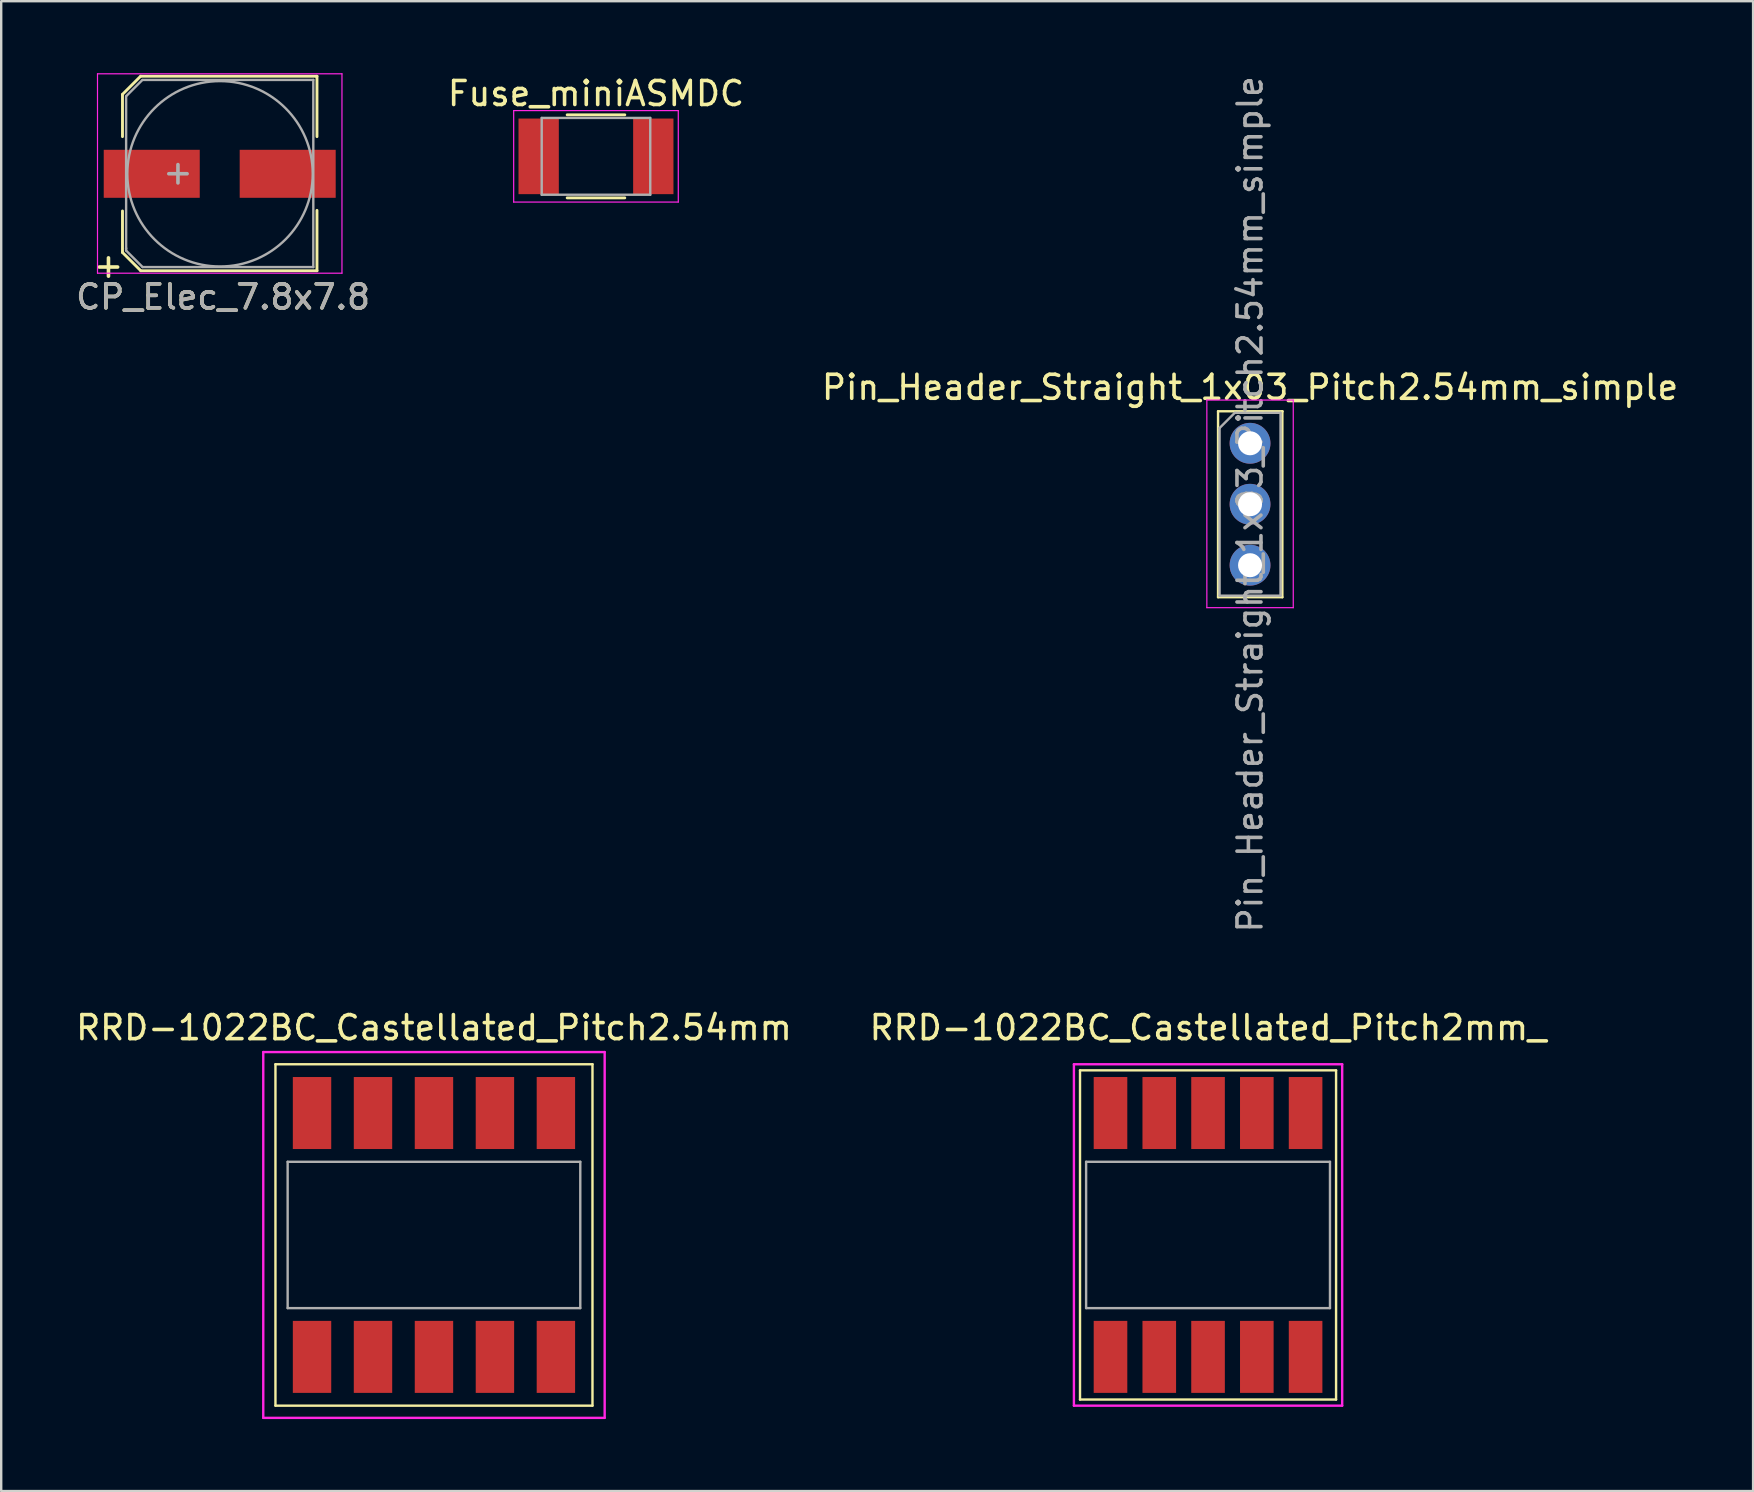
<source format=kicad_pcb>
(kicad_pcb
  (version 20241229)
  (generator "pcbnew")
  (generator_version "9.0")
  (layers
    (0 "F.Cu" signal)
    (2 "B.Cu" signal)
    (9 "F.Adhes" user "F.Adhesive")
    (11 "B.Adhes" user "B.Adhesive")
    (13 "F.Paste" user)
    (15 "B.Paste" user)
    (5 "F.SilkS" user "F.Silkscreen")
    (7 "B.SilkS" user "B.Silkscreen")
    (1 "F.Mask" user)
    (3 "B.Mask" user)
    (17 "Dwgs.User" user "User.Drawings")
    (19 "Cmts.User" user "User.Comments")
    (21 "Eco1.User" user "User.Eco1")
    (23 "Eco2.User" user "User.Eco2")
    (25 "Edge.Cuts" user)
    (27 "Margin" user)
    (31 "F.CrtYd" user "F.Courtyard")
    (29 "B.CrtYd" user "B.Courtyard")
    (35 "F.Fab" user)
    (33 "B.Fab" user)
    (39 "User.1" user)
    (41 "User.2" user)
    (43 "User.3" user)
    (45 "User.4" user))
  (footprint "RRD-1022BC_Castellated_Pitch2.54mm"
    (layer "F.Cu")
    (at 15.03 48.401)
    (property "Reference" "RRD-1022BC_Castellated_Pitch2.54mm" (at 0 -8.636 0) (layer "F.SilkS") (effects (font (size 1 1) (thickness 0.15))))
    (attr through_hole)
    (fp_line (start -6.604 -7.112) (end 6.604 -7.112) (stroke (width 0.1) (type solid)) (layer "F.SilkS"))
    (fp_line (start -6.604 7.112) (end -6.604 -7.112) (stroke (width 0.1) (type solid)) (layer "F.SilkS"))
    (fp_line (start 6.604 -7.112) (end 6.604 7.112) (stroke (width 0.1) (type solid)) (layer "F.SilkS"))
    (fp_line (start 6.604 7.112) (end -6.604 7.112) (stroke (width 0.1) (type solid)) (layer "F.SilkS"))
    (fp_line (start -7.112 -7.62) (end 7.112 -7.62) (stroke (width 0.1) (type solid)) (layer "F.CrtYd"))
    (fp_line (start -7.112 7.62) (end -7.112 -7.62) (stroke (width 0.1) (type solid)) (layer "F.CrtYd"))
    (fp_line (start 7.112 -7.62) (end 7.112 7.62) (stroke (width 0.1) (type solid)) (layer "F.CrtYd"))
    (fp_line (start 7.112 7.62) (end -7.112 7.62) (stroke (width 0.1) (type solid)) (layer "F.CrtYd"))
    (fp_line (start -6.096 -3.048) (end 6.096 -3.048) (stroke (width 0.1) (type solid)) (layer "F.Fab"))
    (fp_line (start -6.096 3.048) (end -6.096 -3.048) (stroke (width 0.1) (type solid)) (layer "F.Fab"))
    (fp_line (start 6.096 -3.048) (end 6.096 3.048) (stroke (width 0.1) (type solid)) (layer "F.Fab"))
    (fp_line (start 6.096 3.048) (end -6.096 3.048) (stroke (width 0.1) (type solid)) (layer "F.Fab"))
    (pad "1" smd rect (at -5.08 -5.08) (size 1.6 3) (layers "F.Cu" "F.Mask" "F.Paste"))
    (pad "2" smd rect (at -2.54 -5.08) (size 1.6 3) (layers "F.Cu" "F.Mask" "F.Paste"))
    (pad "3" smd rect (at 0 -5.08) (size 1.6 3) (layers "F.Cu" "F.Mask" "F.Paste"))
    (pad "4" smd rect (at 2.54 -5.08) (size 1.6 3) (layers "F.Cu" "F.Mask" "F.Paste"))
    (pad "5" smd rect (at 5.08 -5.08) (size 1.6 3) (layers "F.Cu" "F.Mask" "F.Paste"))
    (pad "6" smd rect (at 5.08 5.08) (size 1.6 3) (layers "F.Cu" "F.Mask" "F.Paste"))
    (pad "7" smd rect (at 2.54 5.08) (size 1.6 3) (layers "F.Cu" "F.Mask" "F.Paste"))
    (pad "8" smd rect (at 0 5.08) (size 1.6 3) (layers "F.Cu" "F.Mask" "F.Paste"))
    (pad "9" smd rect (at -2.54 5.08) (size 1.6 3) (layers "F.Cu" "F.Mask" "F.Paste"))
    (pad "10" smd rect (at -5.08 5.08) (size 1.6 3) (layers "F.Cu" "F.Mask" "F.Paste")))
  (footprint "Pin_Header_Straight_1x03_Pitch2.54mm_simple"
    (layer "F.Cu")
    (at 49.03 15.418)
    (property "Reference" "Pin_Header_Straight_1x03_Pitch2.54mm_simple" (at 0 -2.33 0) (layer "F.SilkS") (effects (font (size 1 1) (thickness 0.15))))
    (attr through_hole)
    (fp_line (start -1.333 -1.333) (end -1.333 6.413) (stroke (width 0.1) (type solid)) (layer "F.SilkS"))
    (fp_line (start -1.333 6.413) (end 1.346 6.413) (stroke (width 0.1) (type solid)) (layer "F.SilkS"))
    (fp_line (start 1.346 -1.333) (end -1.333 -1.333) (stroke (width 0.1) (type solid)) (layer "F.SilkS"))
    (fp_line (start 1.346 -1.321) (end 1.346 -1.333) (stroke (width 0.1) (type solid)) (layer "F.SilkS"))
    (fp_line (start 1.346 6.413) (end 1.346 -1.321) (stroke (width 0.1) (type solid)) (layer "F.SilkS"))
    (fp_line (start -1.8 -1.8) (end -1.8 6.85) (stroke (width 0.05) (type solid)) (layer "F.CrtYd"))
    (fp_line (start -1.8 6.85) (end 1.8 6.85) (stroke (width 0.05) (type solid)) (layer "F.CrtYd"))
    (fp_line (start 1.8 -1.8) (end -1.8 -1.8) (stroke (width 0.05) (type solid)) (layer "F.CrtYd"))
    (fp_line (start 1.8 6.85) (end 1.8 -1.8) (stroke (width 0.05) (type solid)) (layer "F.CrtYd"))
    (fp_line (start -1.27 -0.635) (end -0.635 -1.27) (stroke (width 0.1) (type solid)) (layer "F.Fab"))
    (fp_line (start -1.27 6.35) (end -1.27 -0.635) (stroke (width 0.1) (type solid)) (layer "F.Fab"))
    (fp_line (start -0.635 -1.27) (end 1.27 -1.27) (stroke (width 0.1) (type solid)) (layer "F.Fab"))
    (fp_line (start 1.27 -1.27) (end 1.27 6.35) (stroke (width 0.1) (type solid)) (layer "F.Fab"))
    (fp_line (start 1.27 6.35) (end -1.27 6.35) (stroke (width 0.1) (type solid)) (layer "F.Fab"))
    (fp_text user "${REFERENCE}" (at 0 2.54 90) (layer "F.Fab") (effects (font (size 1 1) (thickness 0.15))))
    (pad "1" thru_hole circle (at 0 0) (size 1.7 1.7) (drill 1) (layers "*.Cu" "*.Mask"))
    (pad "2" thru_hole oval (at 0 2.54) (size 1.7 1.7) (drill 1) (layers "*.Cu" "*.Mask"))
    (pad "3" thru_hole oval (at 0 5.08) (size 1.7 1.7) (drill 1) (layers "*.Cu" "*.Mask")))
  (footprint "Fuse_miniASMDC"
    (layer "F.Cu")
    (at 21.78 3.464)
    (property "Reference" "Fuse_miniASMDC" (at 0 -2.616 0) (layer "F.SilkS") (effects (font (size 1 1) (thickness 0.15))))
    (attr smd)
    (fp_line (start -1.2 -1.73) (end 1.2 -1.73) (stroke (width 0.12) (type solid)) (layer "F.SilkS"))
    (fp_line (start -1.2 1.73) (end 1.2 1.73) (stroke (width 0.12) (type solid)) (layer "F.SilkS"))
    (fp_line (start -3.429 -1.905) (end 3.429 -1.905) (stroke (width 0.05) (type solid)) (layer "F.CrtYd"))
    (fp_line (start -3.429 1.905) (end -3.429 -1.905) (stroke (width 0.05) (type solid)) (layer "F.CrtYd"))
    (fp_line (start -3.429 1.905) (end 3.429 1.905) (stroke (width 0.05) (type solid)) (layer "F.CrtYd"))
    (fp_line (start 3.429 1.905) (end 3.429 -1.905) (stroke (width 0.05) (type solid)) (layer "F.CrtYd"))
    (fp_line (start -2.261 -1.6) (end -2.261 1.6) (stroke (width 0.1) (type solid)) (layer "F.Fab"))
    (fp_line (start -2.261 -1.6) (end 2.261 -1.6) (stroke (width 0.1) (type solid)) (layer "F.Fab"))
    (fp_line (start -2.261 1.6) (end 2.261 1.6) (stroke (width 0.1) (type solid)) (layer "F.Fab"))
    (fp_line (start 2.261 1.6) (end 2.261 -1.6) (stroke (width 0.1) (type solid)) (layer "F.Fab"))
    (pad "1" smd rect (at -2.388 0) (size 1.68 3.15) (layers "F.Cu" "F.Mask" "F.Paste"))
    (pad "2" smd rect (at 2.388 0) (size 1.68 3.15) (layers "F.Cu" "F.Mask" "F.Paste")))
  (footprint "CP_Elec_7.8x7.8"
    (layer "F.Cu")
    (at 6.117 4.191)
    (property "Reference" "CP_Elec_7.8x7.8" (at 0.127 5.131 0) (layer "F.SilkS") (effects (font (size 1 1) (thickness 0.15))))
    (attr smd)
    (fp_line (start -4.067 -3.307) (end -3.307 -4.067) (stroke (width 0.12) (type solid)) (layer "F.SilkS"))
    (fp_line (start -4.064 -1.549) (end -4.064 -3.302) (stroke (width 0.12) (type solid)) (layer "F.SilkS"))
    (fp_line (start -4.064 1.549) (end -4.064 3.277) (stroke (width 0.12) (type solid)) (layer "F.SilkS"))
    (fp_line (start -3.302 -4.064) (end 4.013 -4.064) (stroke (width 0.12) (type solid)) (layer "F.SilkS"))
    (fp_line (start -3.302 4.039) (end -4.064 3.277) (stroke (width 0.12) (type solid)) (layer "F.SilkS"))
    (fp_line (start 4.013 -4.064) (end 4.039 -4.064) (stroke (width 0.12) (type solid)) (layer "F.SilkS"))
    (fp_line (start 4.039 -4.064) (end 4.039 -1.549) (stroke (width 0.12) (type solid)) (layer "F.SilkS"))
    (fp_line (start 4.039 1.524) (end 4.039 4.039) (stroke (width 0.12) (type solid)) (layer "F.SilkS"))
    (fp_line (start 4.039 4.039) (end -3.302 4.039) (stroke (width 0.12) (type solid)) (layer "F.SilkS"))
    (fp_line (start -5.105 -4.166) (end 5.08 -4.166) (stroke (width 0.05) (type solid)) (layer "F.CrtYd"))
    (fp_line (start -5.105 4.14) (end -5.105 -4.166) (stroke (width 0.05) (type solid)) (layer "F.CrtYd"))
    (fp_line (start 5.08 -4.166) (end 5.08 4.14) (stroke (width 0.05) (type solid)) (layer "F.CrtYd"))
    (fp_line (start 5.08 4.14) (end -5.105 4.14) (stroke (width 0.05) (type solid)) (layer "F.CrtYd"))
    (fp_line (start -3.912 3.124) (end -3.912 -3.226) (stroke (width 0.1) (type solid)) (layer "F.Fab"))
    (fp_line (start -3.912 3.2) (end -3.912 3.099) (stroke (width 0.1) (type solid)) (layer "F.Fab"))
    (fp_line (start -3.237 -3.907) (end -3.907 -3.237) (stroke (width 0.1) (type solid)) (layer "F.Fab"))
    (fp_line (start -3.226 -3.912) (end 3.886 -3.912) (stroke (width 0.1) (type solid)) (layer "F.Fab"))
    (fp_line (start -3.226 3.886) (end -3.912 3.2) (stroke (width 0.1) (type solid)) (layer "F.Fab"))
    (fp_line (start 3.886 -3.912) (end 3.886 3.886) (stroke (width 0.1) (type solid)) (layer "F.Fab"))
    (fp_line (start 3.886 3.886) (end -3.226 3.886) (stroke (width 0.1) (type solid)) (layer "F.Fab"))
    (fp_circle (center 0 0) (end 3.454 1.727) (stroke (width 0.1) (type solid)) (fill no) (layer "F.Fab"))
    (fp_text user "+" (at -4.648 3.81 0) (layer "F.SilkS") (effects (font (size 1 1) (thickness 0.15))))
    (fp_text user "+" (at -1.753 -0.076 0) (layer "F.Fab") (effects (font (size 1 1) (thickness 0.15))))
    (fp_text user "${REFERENCE}" (at 0.127 5.131 0) (layer "F.Fab") (effects (font (size 1 1) (thickness 0.15))))
    (pad "1" smd rect (at -2.845 0 180) (size 4 2) (layers "F.Cu" "F.Mask" "F.Paste"))
    (pad "2" smd rect (at 2.819 0 180) (size 4 2) (layers "F.Cu" "F.Mask" "F.Paste")))
  (footprint "RRD-1022BC_Castellated_Pitch2mm_"
    (layer "F.Cu")
    (at 47.28 48.401)
    (property "Reference" "RRD-1022BC_Castellated_Pitch2mm_" (at 0 -8.636 0) (layer "F.SilkS") (effects (font (size 1 1) (thickness 0.15))))
    (attr through_hole)
    (fp_line (start -5.334 -6.858) (end 5.334 -6.858) (stroke (width 0.1) (type solid)) (layer "F.SilkS"))
    (fp_line (start -5.334 6.858) (end -5.334 -6.858) (stroke (width 0.1) (type solid)) (layer "F.SilkS"))
    (fp_line (start 5.334 -6.858) (end 5.334 6.858) (stroke (width 0.1) (type solid)) (layer "F.SilkS"))
    (fp_line (start 5.334 6.858) (end -5.334 6.858) (stroke (width 0.1) (type solid)) (layer "F.SilkS"))
    (fp_line (start -5.588 -7.112) (end 5.588 -7.112) (stroke (width 0.1) (type solid)) (layer "F.CrtYd"))
    (fp_line (start -5.588 7.112) (end -5.588 -7.112) (stroke (width 0.1) (type solid)) (layer "F.CrtYd"))
    (fp_line (start 5.588 -7.112) (end 5.588 7.112) (stroke (width 0.1) (type solid)) (layer "F.CrtYd"))
    (fp_line (start 5.588 7.112) (end -5.588 7.112) (stroke (width 0.1) (type solid)) (layer "F.CrtYd"))
    (fp_line (start -5.08 -3.048) (end 5.08 -3.048) (stroke (width 0.1) (type solid)) (layer "F.Fab"))
    (fp_line (start -5.08 3.048) (end -5.08 -3.048) (stroke (width 0.1) (type solid)) (layer "F.Fab"))
    (fp_line (start 5.08 -3.048) (end 5.08 3.048) (stroke (width 0.1) (type solid)) (layer "F.Fab"))
    (fp_line (start 5.08 3.048) (end -5.08 3.048) (stroke (width 0.1) (type solid)) (layer "F.Fab"))
    (pad "1" smd rect (at -4.064 -5.08) (size 1.4 3) (layers "F.Cu" "F.Mask" "F.Paste"))
    (pad "2" smd rect (at -2.032 -5.08) (size 1.4 3) (layers "F.Cu" "F.Mask" "F.Paste"))
    (pad "3" smd rect (at 0 -5.08) (size 1.4 3) (layers "F.Cu" "F.Mask" "F.Paste"))
    (pad "4" smd rect (at 2.032 -5.08) (size 1.4 3) (layers "F.Cu" "F.Mask" "F.Paste"))
    (pad "5" smd rect (at 4.064 -5.08) (size 1.4 3) (layers "F.Cu" "F.Mask" "F.Paste"))
    (pad "6" smd rect (at 4.064 5.08) (size 1.4 3) (layers "F.Cu" "F.Mask" "F.Paste"))
    (pad "7" smd rect (at 2.032 5.08) (size 1.4 3) (layers "F.Cu" "F.Mask" "F.Paste"))
    (pad "8" smd rect (at 0 5.08) (size 1.4 3) (layers "F.Cu" "F.Mask" "F.Paste"))
    (pad "9" smd rect (at -2.032 5.08) (size 1.4 3) (layers "F.Cu" "F.Mask" "F.Paste"))
    (pad "10" smd rect (at -4.064 5.08) (size 1.4 3) (layers "F.Cu" "F.Mask" "F.Paste")))
  (gr_rect
    (start -3 -3)
    (end 69.988 59.071)
    (stroke (width 0.1) (type default))
    (fill no)
    (layer "Edge.Cuts")))
</source>
